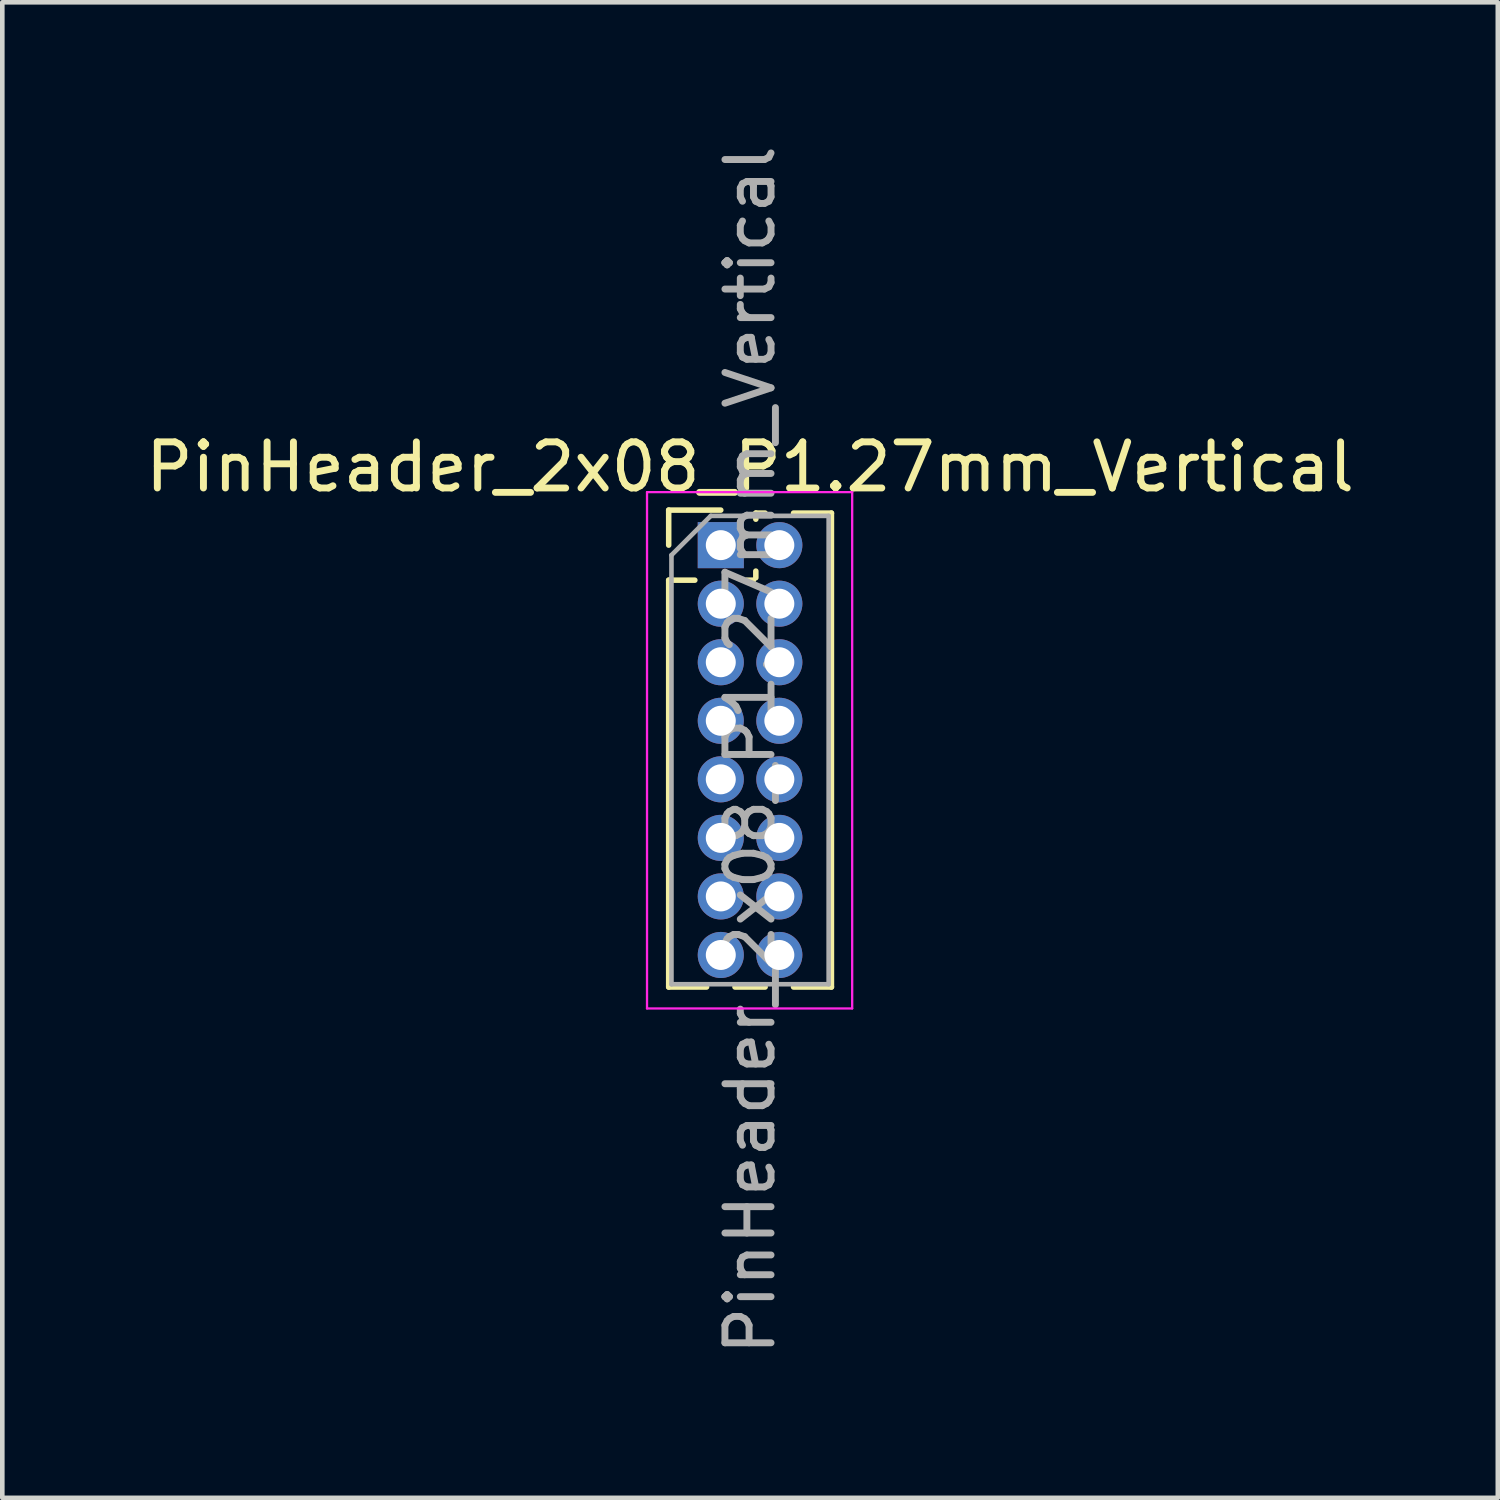
<source format=kicad_pcb>
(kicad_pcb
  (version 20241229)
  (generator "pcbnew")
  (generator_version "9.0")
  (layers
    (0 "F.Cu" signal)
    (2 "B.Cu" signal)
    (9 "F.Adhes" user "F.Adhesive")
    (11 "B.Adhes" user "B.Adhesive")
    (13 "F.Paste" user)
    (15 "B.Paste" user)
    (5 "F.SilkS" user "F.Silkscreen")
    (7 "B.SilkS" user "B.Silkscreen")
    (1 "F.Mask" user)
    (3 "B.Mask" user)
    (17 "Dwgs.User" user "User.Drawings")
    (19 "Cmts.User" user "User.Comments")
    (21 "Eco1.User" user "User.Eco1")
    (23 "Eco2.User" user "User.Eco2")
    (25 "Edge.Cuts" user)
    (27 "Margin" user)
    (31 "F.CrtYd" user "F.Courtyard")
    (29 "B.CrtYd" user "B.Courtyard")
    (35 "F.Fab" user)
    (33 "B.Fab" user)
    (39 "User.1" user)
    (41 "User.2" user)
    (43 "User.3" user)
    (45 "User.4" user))
  (footprint "PinHeader_2x08_P1.27mm_Vertical"
    (layer "F.Cu")
    (at 12.585 8.775)
    (property "Reference" "PinHeader_2x08_P1.27mm_Vertical" (at 0.635 -1.695 0) (layer "F.SilkS") (effects (font (size 1 1) (thickness 0.15))))
    (attr through_hole)
    (fp_line (start -1.13 -0.76) (end 0 -0.76) (stroke (width 0.12) (type solid)) (layer "F.SilkS"))
    (fp_line (start -1.13 0) (end -1.13 -0.76) (stroke (width 0.12) (type solid)) (layer "F.SilkS"))
    (fp_line (start -1.13 0.76) (end -1.13 9.585) (stroke (width 0.12) (type solid)) (layer "F.SilkS"))
    (fp_line (start -1.13 0.76) (end -0.563 0.76) (stroke (width 0.12) (type solid)) (layer "F.SilkS"))
    (fp_line (start -1.13 9.585) (end -0.308 9.585) (stroke (width 0.12) (type solid)) (layer "F.SilkS"))
    (fp_line (start 0.308 9.585) (end 0.962 9.585) (stroke (width 0.12) (type solid)) (layer "F.SilkS"))
    (fp_line (start 0.563 0.76) (end 0.707 0.76) (stroke (width 0.12) (type solid)) (layer "F.SilkS"))
    (fp_line (start 0.76 -0.695) (end 0.962 -0.695) (stroke (width 0.12) (type solid)) (layer "F.SilkS"))
    (fp_line (start 0.76 -0.563) (end 0.76 -0.695) (stroke (width 0.12) (type solid)) (layer "F.SilkS"))
    (fp_line (start 0.76 0.707) (end 0.76 0.563) (stroke (width 0.12) (type solid)) (layer "F.SilkS"))
    (fp_line (start 1.578 -0.695) (end 2.4 -0.695) (stroke (width 0.12) (type solid)) (layer "F.SilkS"))
    (fp_line (start 1.578 9.585) (end 2.4 9.585) (stroke (width 0.12) (type solid)) (layer "F.SilkS"))
    (fp_line (start 2.4 -0.695) (end 2.4 9.585) (stroke (width 0.12) (type solid)) (layer "F.SilkS"))
    (fp_line (start -1.6 -1.15) (end -1.6 10.05) (stroke (width 0.05) (type solid)) (layer "F.CrtYd"))
    (fp_line (start -1.6 10.05) (end 2.85 10.05) (stroke (width 0.05) (type solid)) (layer "F.CrtYd"))
    (fp_line (start 2.85 -1.15) (end -1.6 -1.15) (stroke (width 0.05) (type solid)) (layer "F.CrtYd"))
    (fp_line (start 2.85 10.05) (end 2.85 -1.15) (stroke (width 0.05) (type solid)) (layer "F.CrtYd"))
    (fp_line (start -1.07 0.217) (end -0.217 -0.635) (stroke (width 0.1) (type solid)) (layer "F.Fab"))
    (fp_line (start -1.07 9.525) (end -1.07 0.217) (stroke (width 0.1) (type solid)) (layer "F.Fab"))
    (fp_line (start -0.217 -0.635) (end 2.34 -0.635) (stroke (width 0.1) (type solid)) (layer "F.Fab"))
    (fp_line (start 2.34 -0.635) (end 2.34 9.525) (stroke (width 0.1) (type solid)) (layer "F.Fab"))
    (fp_line (start 2.34 9.525) (end -1.07 9.525) (stroke (width 0.1) (type solid)) (layer "F.Fab"))
    (fp_text user "${REFERENCE}" (at 0.635 4.445 90) (layer "F.Fab") (effects (font (size 1 1) (thickness 0.15))))
    (pad "1" thru_hole rect (at 0 0) (size 1 1) (drill 0.65) (layers "*.Cu" "*.Mask"))
    (pad "2" thru_hole oval (at 1.27 0) (size 1 1) (drill 0.65) (layers "*.Cu" "*.Mask"))
    (pad "3" thru_hole oval (at 0 1.27) (size 1 1) (drill 0.65) (layers "*.Cu" "*.Mask"))
    (pad "4" thru_hole oval (at 1.27 1.27) (size 1 1) (drill 0.65) (layers "*.Cu" "*.Mask"))
    (pad "5" thru_hole oval (at 0 2.54) (size 1 1) (drill 0.65) (layers "*.Cu" "*.Mask"))
    (pad "6" thru_hole oval (at 1.27 2.54) (size 1 1) (drill 0.65) (layers "*.Cu" "*.Mask"))
    (pad "7" thru_hole oval (at 0 3.81) (size 1 1) (drill 0.65) (layers "*.Cu" "*.Mask"))
    (pad "8" thru_hole oval (at 1.27 3.81) (size 1 1) (drill 0.65) (layers "*.Cu" "*.Mask"))
    (pad "9" thru_hole oval (at 0 5.08) (size 1 1) (drill 0.65) (layers "*.Cu" "*.Mask"))
    (pad "10" thru_hole oval (at 1.27 5.08) (size 1 1) (drill 0.65) (layers "*.Cu" "*.Mask"))
    (pad "11" thru_hole oval (at 0 6.35) (size 1 1) (drill 0.65) (layers "*.Cu" "*.Mask"))
    (pad "12" thru_hole oval (at 1.27 6.35) (size 1 1) (drill 0.65) (layers "*.Cu" "*.Mask"))
    (pad "13" thru_hole oval (at 0 7.62) (size 1 1) (drill 0.65) (layers "*.Cu" "*.Mask"))
    (pad "14" thru_hole oval (at 1.27 7.62) (size 1 1) (drill 0.65) (layers "*.Cu" "*.Mask"))
    (pad "15" thru_hole oval (at 0 8.89) (size 1 1) (drill 0.65) (layers "*.Cu" "*.Mask"))
    (pad "16" thru_hole oval (at 1.27 8.89) (size 1 1) (drill 0.65) (layers "*.Cu" "*.Mask")))
  (gr_rect
    (start -3 -3)
    (end 29.44 29.44)
    (stroke (width 0.1) (type default))
    (fill no)
    (layer "Edge.Cuts")))
</source>
